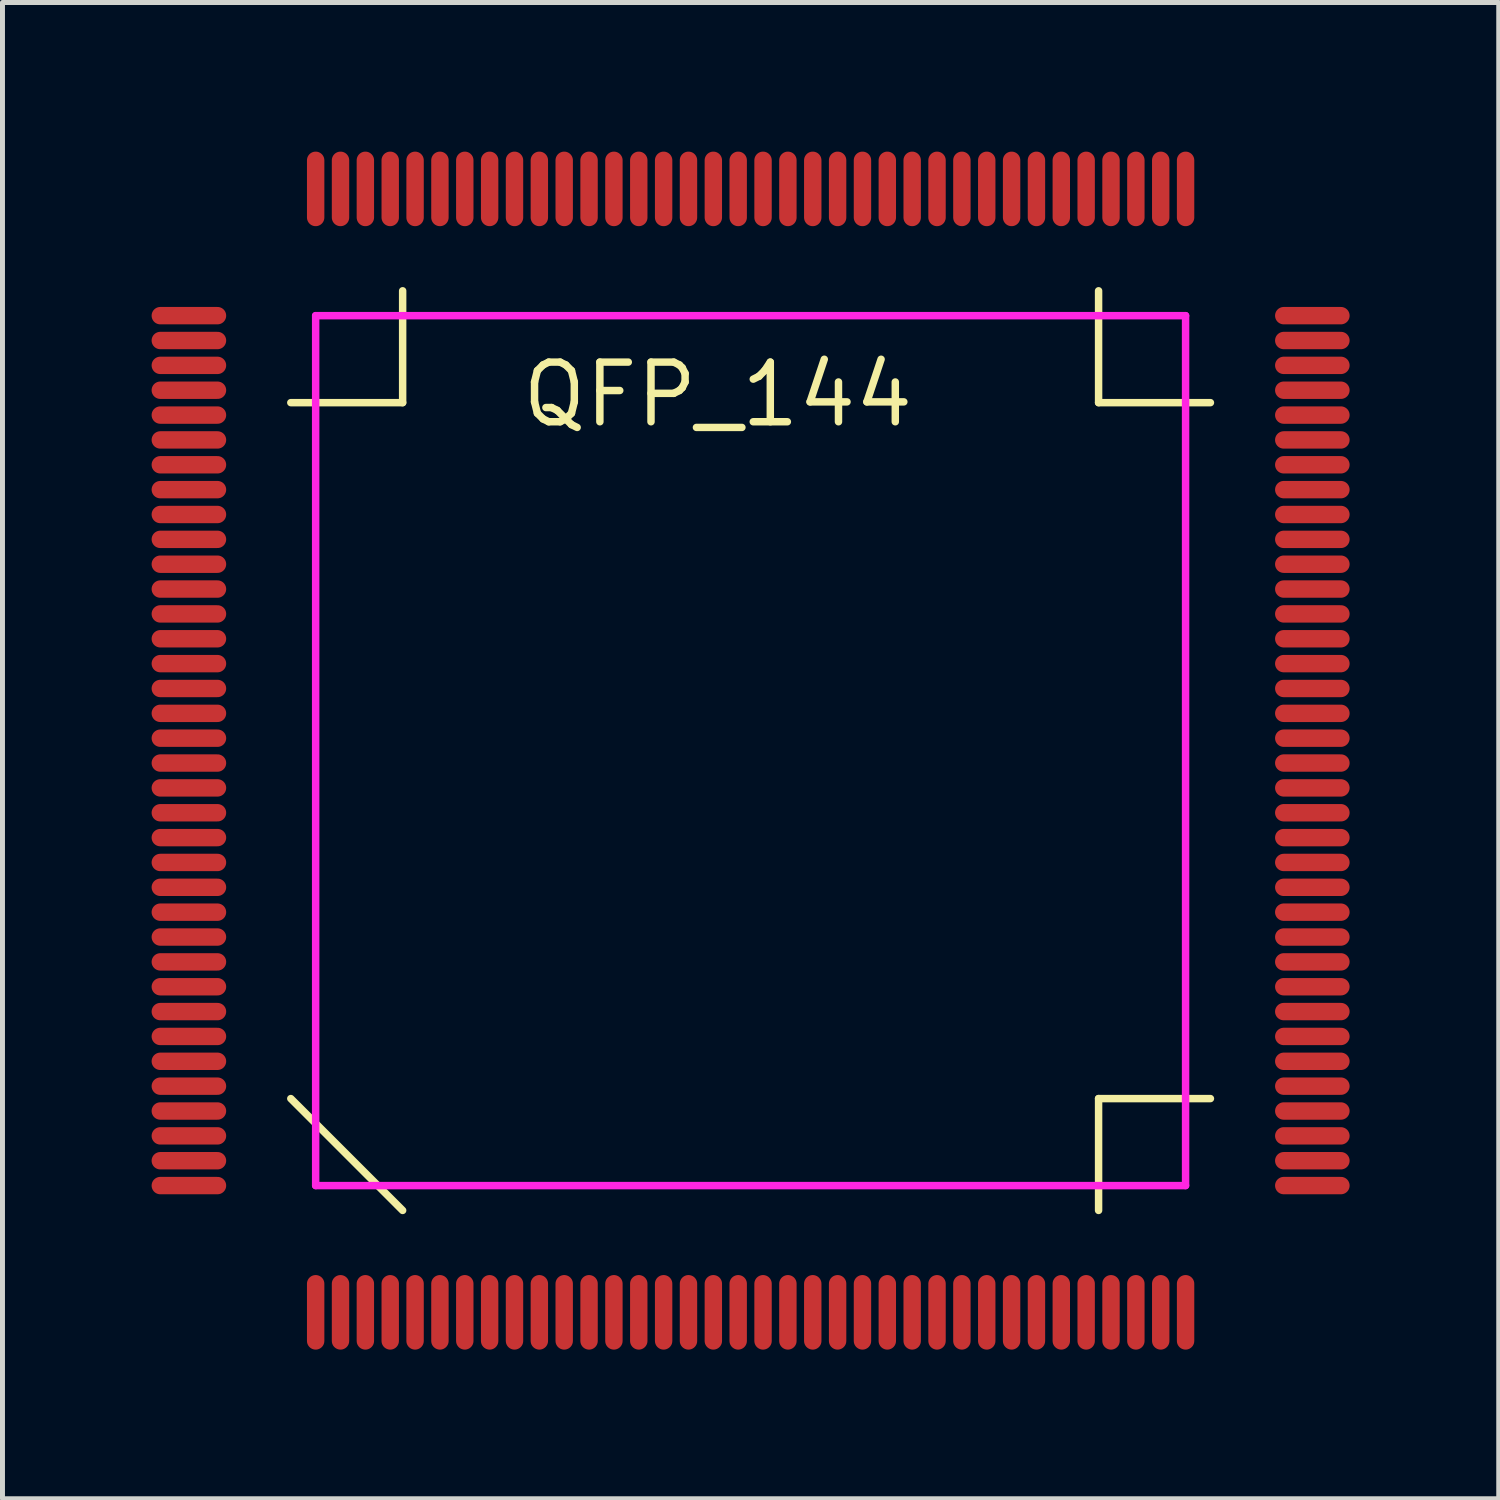
<source format=kicad_pcb>
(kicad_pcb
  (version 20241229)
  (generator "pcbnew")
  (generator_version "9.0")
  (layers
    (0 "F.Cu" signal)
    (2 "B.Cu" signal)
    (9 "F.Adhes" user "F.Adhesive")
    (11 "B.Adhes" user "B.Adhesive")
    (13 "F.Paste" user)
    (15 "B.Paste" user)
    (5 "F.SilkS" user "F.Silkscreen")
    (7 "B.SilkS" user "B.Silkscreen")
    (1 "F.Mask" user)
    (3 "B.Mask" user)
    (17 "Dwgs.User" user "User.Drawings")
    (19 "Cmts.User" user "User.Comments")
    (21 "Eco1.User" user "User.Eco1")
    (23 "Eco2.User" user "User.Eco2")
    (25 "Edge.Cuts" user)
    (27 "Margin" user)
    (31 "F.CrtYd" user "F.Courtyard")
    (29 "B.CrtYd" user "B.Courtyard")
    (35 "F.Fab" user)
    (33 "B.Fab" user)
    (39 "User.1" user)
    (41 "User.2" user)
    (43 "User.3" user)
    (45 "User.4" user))
  (footprint "QFP_144"
    (layer "F.Cu")
    (at 11.44 11.745)
    (property "Reference" "QFP_144" (at -0.051 -6.858 180) (layer "F.SilkS") (effects (font (size 1.2 1.2) (thickness 0.15))))
    (attr through_hole)
    (fp_line (start -8.64 7.305) (end -6.39 9.555) (stroke (width 0.15) (type solid)) (layer "F.SilkS"))
    (fp_line (start -6.39 -8.945) (end -6.39 -6.695) (stroke (width 0.15) (type solid)) (layer "F.SilkS"))
    (fp_line (start -6.39 -6.695) (end -8.64 -6.695) (stroke (width 0.15) (type solid)) (layer "F.SilkS"))
    (fp_line (start 7.61 -8.945) (end 7.61 -6.695) (stroke (width 0.15) (type solid)) (layer "F.SilkS"))
    (fp_line (start 7.61 -6.695) (end 9.86 -6.695) (stroke (width 0.15) (type solid)) (layer "F.SilkS"))
    (fp_line (start 7.61 7.305) (end 9.86 7.305) (stroke (width 0.15) (type solid)) (layer "F.SilkS"))
    (fp_line (start 7.61 9.555) (end 7.61 7.305) (stroke (width 0.15) (type solid)) (layer "F.SilkS"))
    (fp_line (start -8.14 -8.445) (end 9.36 -8.445) (stroke (width 0.15) (type solid)) (layer "F.CrtYd"))
    (fp_line (start -8.14 9.055) (end -8.14 -8.445) (stroke (width 0.15) (type solid)) (layer "F.CrtYd"))
    (fp_line (start 9.36 -8.445) (end 9.36 9.055) (stroke (width 0.15) (type solid)) (layer "F.CrtYd"))
    (fp_line (start 9.36 9.055) (end -8.14 9.055) (stroke (width 0.15) (type solid)) (layer "F.CrtYd"))
    (pad "1" smd oval (at -8.14 11.605 180) (size 0.35 1.5) (layers "F.Cu" "F.Mask" "F.Paste"))
    (pad "2" smd oval (at -7.64 11.605 180) (size 0.35 1.5) (layers "F.Cu" "F.Mask" "F.Paste"))
    (pad "3" smd oval (at -7.14 11.605 180) (size 0.35 1.5) (layers "F.Cu" "F.Mask" "F.Paste"))
    (pad "4" smd oval (at -6.64 11.605 180) (size 0.35 1.5) (layers "F.Cu" "F.Mask" "F.Paste"))
    (pad "5" smd oval (at -6.14 11.605 180) (size 0.35 1.5) (layers "F.Cu" "F.Mask" "F.Paste"))
    (pad "6" smd oval (at -5.64 11.605 180) (size 0.35 1.5) (layers "F.Cu" "F.Mask" "F.Paste"))
    (pad "7" smd oval (at -5.14 11.605 180) (size 0.35 1.5) (layers "F.Cu" "F.Mask" "F.Paste"))
    (pad "8" smd oval (at -4.64 11.605 180) (size 0.35 1.5) (layers "F.Cu" "F.Mask" "F.Paste"))
    (pad "9" smd oval (at -4.14 11.605 180) (size 0.35 1.5) (layers "F.Cu" "F.Mask" "F.Paste"))
    (pad "10" smd oval (at -3.64 11.605 180) (size 0.35 1.5) (layers "F.Cu" "F.Mask" "F.Paste"))
    (pad "11" smd oval (at -3.14 11.605 180) (size 0.35 1.5) (layers "F.Cu" "F.Mask" "F.Paste"))
    (pad "12" smd oval (at -2.64 11.605 180) (size 0.35 1.5) (layers "F.Cu" "F.Mask" "F.Paste"))
    (pad "13" smd oval (at -2.14 11.605 180) (size 0.35 1.5) (layers "F.Cu" "F.Mask" "F.Paste"))
    (pad "14" smd oval (at -1.64 11.605 180) (size 0.35 1.5) (layers "F.Cu" "F.Mask" "F.Paste"))
    (pad "15" smd oval (at -1.14 11.605 180) (size 0.35 1.5) (layers "F.Cu" "F.Mask" "F.Paste"))
    (pad "16" smd oval (at -0.64 11.605 180) (size 0.35 1.5) (layers "F.Cu" "F.Mask" "F.Paste"))
    (pad "17" smd oval (at -0.14 11.605 180) (size 0.35 1.5) (layers "F.Cu" "F.Mask" "F.Paste"))
    (pad "18" smd oval (at 0.36 11.605 180) (size 0.35 1.5) (layers "F.Cu" "F.Mask" "F.Paste"))
    (pad "19" smd oval (at 0.86 11.605 180) (size 0.35 1.5) (layers "F.Cu" "F.Mask" "F.Paste"))
    (pad "20" smd oval (at 1.36 11.605 180) (size 0.35 1.5) (layers "F.Cu" "F.Mask" "F.Paste"))
    (pad "21" smd oval (at 1.86 11.605 180) (size 0.35 1.5) (layers "F.Cu" "F.Mask" "F.Paste"))
    (pad "22" smd oval (at 2.36 11.605 180) (size 0.35 1.5) (layers "F.Cu" "F.Mask" "F.Paste"))
    (pad "23" smd oval (at 2.86 11.605 180) (size 0.35 1.5) (layers "F.Cu" "F.Mask" "F.Paste"))
    (pad "24" smd oval (at 3.36 11.605 180) (size 0.35 1.5) (layers "F.Cu" "F.Mask" "F.Paste"))
    (pad "25" smd oval (at 3.86 11.605 180) (size 0.35 1.5) (layers "F.Cu" "F.Mask" "F.Paste"))
    (pad "26" smd oval (at 4.36 11.605 180) (size 0.35 1.5) (layers "F.Cu" "F.Mask" "F.Paste"))
    (pad "27" smd oval (at 4.86 11.605 180) (size 0.35 1.5) (layers "F.Cu" "F.Mask" "F.Paste"))
    (pad "28" smd oval (at 5.36 11.605 180) (size 0.35 1.5) (layers "F.Cu" "F.Mask" "F.Paste"))
    (pad "29" smd oval (at 5.86 11.605 180) (size 0.35 1.5) (layers "F.Cu" "F.Mask" "F.Paste"))
    (pad "30" smd oval (at 6.36 11.605 180) (size 0.35 1.5) (layers "F.Cu" "F.Mask" "F.Paste"))
    (pad "31" smd oval (at 6.86 11.605 180) (size 0.35 1.5) (layers "F.Cu" "F.Mask" "F.Paste"))
    (pad "32" smd oval (at 7.36 11.605 180) (size 0.35 1.5) (layers "F.Cu" "F.Mask" "F.Paste"))
    (pad "33" smd oval (at 7.86 11.605 180) (size 0.35 1.5) (layers "F.Cu" "F.Mask" "F.Paste"))
    (pad "34" smd oval (at 8.36 11.605 180) (size 0.35 1.5) (layers "F.Cu" "F.Mask" "F.Paste"))
    (pad "35" smd oval (at 8.86 11.605 180) (size 0.35 1.5) (layers "F.Cu" "F.Mask" "F.Paste"))
    (pad "36" smd oval (at 9.36 11.605 180) (size 0.35 1.5) (layers "F.Cu" "F.Mask" "F.Paste"))
    (pad "37" smd oval (at 11.91 9.055 90) (size 0.35 1.5) (layers "F.Cu" "F.Mask" "F.Paste"))
    (pad "38" smd oval (at 11.91 8.555 90) (size 0.35 1.5) (layers "F.Cu" "F.Mask" "F.Paste"))
    (pad "39" smd oval (at 11.91 8.055 90) (size 0.35 1.5) (layers "F.Cu" "F.Mask" "F.Paste"))
    (pad "40" smd oval (at 11.91 7.555 90) (size 0.35 1.5) (layers "F.Cu" "F.Mask" "F.Paste"))
    (pad "41" smd oval (at 11.91 7.055 90) (size 0.35 1.5) (layers "F.Cu" "F.Mask" "F.Paste"))
    (pad "42" smd oval (at 11.91 6.555 90) (size 0.35 1.5) (layers "F.Cu" "F.Mask" "F.Paste"))
    (pad "43" smd oval (at 11.91 6.055 90) (size 0.35 1.5) (layers "F.Cu" "F.Mask" "F.Paste"))
    (pad "44" smd oval (at 11.91 5.555 90) (size 0.35 1.5) (layers "F.Cu" "F.Mask" "F.Paste"))
    (pad "45" smd oval (at 11.91 5.055 90) (size 0.35 1.5) (layers "F.Cu" "F.Mask" "F.Paste"))
    (pad "46" smd oval (at 11.91 4.555 90) (size 0.35 1.5) (layers "F.Cu" "F.Mask" "F.Paste"))
    (pad "47" smd oval (at 11.91 4.055 90) (size 0.35 1.5) (layers "F.Cu" "F.Mask" "F.Paste"))
    (pad "48" smd oval (at 11.91 3.555 90) (size 0.35 1.5) (layers "F.Cu" "F.Mask" "F.Paste"))
    (pad "49" smd oval (at 11.91 3.055 90) (size 0.35 1.5) (layers "F.Cu" "F.Mask" "F.Paste"))
    (pad "50" smd oval (at 11.91 2.555 90) (size 0.35 1.5) (layers "F.Cu" "F.Mask" "F.Paste"))
    (pad "51" smd oval (at 11.91 2.055 90) (size 0.35 1.5) (layers "F.Cu" "F.Mask" "F.Paste"))
    (pad "52" smd oval (at 11.91 1.555 90) (size 0.35 1.5) (layers "F.Cu" "F.Mask" "F.Paste"))
    (pad "53" smd oval (at 11.91 1.055 90) (size 0.35 1.5) (layers "F.Cu" "F.Mask" "F.Paste"))
    (pad "54" smd oval (at 11.91 0.555 90) (size 0.35 1.5) (layers "F.Cu" "F.Mask" "F.Paste"))
    (pad "55" smd oval (at 11.91 0.055 90) (size 0.35 1.5) (layers "F.Cu" "F.Mask" "F.Paste"))
    (pad "56" smd oval (at 11.91 -0.445 90) (size 0.35 1.5) (layers "F.Cu" "F.Mask" "F.Paste"))
    (pad "57" smd oval (at 11.91 -0.945 90) (size 0.35 1.5) (layers "F.Cu" "F.Mask" "F.Paste"))
    (pad "58" smd oval (at 11.91 -1.445 90) (size 0.35 1.5) (layers "F.Cu" "F.Mask" "F.Paste"))
    (pad "59" smd oval (at 11.91 -1.945 90) (size 0.35 1.5) (layers "F.Cu" "F.Mask" "F.Paste"))
    (pad "60" smd oval (at 11.91 -2.445 90) (size 0.35 1.5) (layers "F.Cu" "F.Mask" "F.Paste"))
    (pad "61" smd oval (at 11.91 -2.945 90) (size 0.35 1.5) (layers "F.Cu" "F.Mask" "F.Paste"))
    (pad "62" smd oval (at 11.91 -3.445 90) (size 0.35 1.5) (layers "F.Cu" "F.Mask" "F.Paste"))
    (pad "63" smd oval (at 11.91 -3.945 90) (size 0.35 1.5) (layers "F.Cu" "F.Mask" "F.Paste"))
    (pad "64" smd oval (at 11.91 -4.445 90) (size 0.35 1.5) (layers "F.Cu" "F.Mask" "F.Paste"))
    (pad "65" smd oval (at 11.91 -4.945 90) (size 0.35 1.5) (layers "F.Cu" "F.Mask" "F.Paste"))
    (pad "66" smd oval (at 11.91 -5.445 90) (size 0.35 1.5) (layers "F.Cu" "F.Mask" "F.Paste"))
    (pad "67" smd oval (at 11.91 -5.945 90) (size 0.35 1.5) (layers "F.Cu" "F.Mask" "F.Paste"))
    (pad "68" smd oval (at 11.91 -6.445 90) (size 0.35 1.5) (layers "F.Cu" "F.Mask" "F.Paste"))
    (pad "69" smd oval (at 11.91 -6.945 90) (size 0.35 1.5) (layers "F.Cu" "F.Mask" "F.Paste"))
    (pad "70" smd oval (at 11.91 -7.445 90) (size 0.35 1.5) (layers "F.Cu" "F.Mask" "F.Paste"))
    (pad "71" smd oval (at 11.91 -7.945 90) (size 0.35 1.5) (layers "F.Cu" "F.Mask" "F.Paste"))
    (pad "72" smd oval (at 11.91 -8.445 90) (size 0.35 1.5) (layers "F.Cu" "F.Mask" "F.Paste"))
    (pad "73" smd oval (at 9.36 -10.995 180) (size 0.35 1.5) (layers "F.Cu" "F.Mask" "F.Paste"))
    (pad "74" smd oval (at 8.86 -10.995 180) (size 0.35 1.5) (layers "F.Cu" "F.Mask" "F.Paste"))
    (pad "75" smd oval (at 8.36 -10.995 180) (size 0.35 1.5) (layers "F.Cu" "F.Mask" "F.Paste"))
    (pad "76" smd oval (at 7.86 -10.995 180) (size 0.35 1.5) (layers "F.Cu" "F.Mask" "F.Paste"))
    (pad "77" smd oval (at 7.36 -10.995 180) (size 0.35 1.5) (layers "F.Cu" "F.Mask" "F.Paste"))
    (pad "78" smd oval (at 6.86 -10.995 180) (size 0.35 1.5) (layers "F.Cu" "F.Mask" "F.Paste"))
    (pad "79" smd oval (at 6.36 -10.995 180) (size 0.35 1.5) (layers "F.Cu" "F.Mask" "F.Paste"))
    (pad "80" smd oval (at 5.86 -10.995 180) (size 0.35 1.5) (layers "F.Cu" "F.Mask" "F.Paste"))
    (pad "81" smd oval (at 5.36 -10.995 180) (size 0.35 1.5) (layers "F.Cu" "F.Mask" "F.Paste"))
    (pad "82" smd oval (at 4.86 -10.995 180) (size 0.35 1.5) (layers "F.Cu" "F.Mask" "F.Paste"))
    (pad "83" smd oval (at 4.36 -10.995 180) (size 0.35 1.5) (layers "F.Cu" "F.Mask" "F.Paste"))
    (pad "84" smd oval (at 3.86 -10.995 180) (size 0.35 1.5) (layers "F.Cu" "F.Mask" "F.Paste"))
    (pad "85" smd oval (at 3.36 -10.995 180) (size 0.35 1.5) (layers "F.Cu" "F.Mask" "F.Paste"))
    (pad "86" smd oval (at 2.86 -10.995 180) (size 0.35 1.5) (layers "F.Cu" "F.Mask" "F.Paste"))
    (pad "87" smd oval (at 2.36 -10.995 180) (size 0.35 1.5) (layers "F.Cu" "F.Mask" "F.Paste"))
    (pad "88" smd oval (at 1.86 -10.995 180) (size 0.35 1.5) (layers "F.Cu" "F.Mask" "F.Paste"))
    (pad "89" smd oval (at 1.36 -10.995 180) (size 0.35 1.5) (layers "F.Cu" "F.Mask" "F.Paste"))
    (pad "90" smd oval (at 0.86 -10.995 180) (size 0.35 1.5) (layers "F.Cu" "F.Mask" "F.Paste"))
    (pad "91" smd oval (at 0.36 -10.995 180) (size 0.35 1.5) (layers "F.Cu" "F.Mask" "F.Paste"))
    (pad "92" smd oval (at -0.14 -10.995 180) (size 0.35 1.5) (layers "F.Cu" "F.Mask" "F.Paste"))
    (pad "93" smd oval (at -0.64 -10.995 180) (size 0.35 1.5) (layers "F.Cu" "F.Mask" "F.Paste"))
    (pad "94" smd oval (at -1.14 -10.995 180) (size 0.35 1.5) (layers "F.Cu" "F.Mask" "F.Paste"))
    (pad "95" smd oval (at -1.64 -10.995 180) (size 0.35 1.5) (layers "F.Cu" "F.Mask" "F.Paste"))
    (pad "96" smd oval (at -2.14 -10.995 180) (size 0.35 1.5) (layers "F.Cu" "F.Mask" "F.Paste"))
    (pad "97" smd oval (at -2.64 -10.995 180) (size 0.35 1.5) (layers "F.Cu" "F.Mask" "F.Paste"))
    (pad "98" smd oval (at -3.14 -10.995 180) (size 0.35 1.5) (layers "F.Cu" "F.Mask" "F.Paste"))
    (pad "99" smd oval (at -3.64 -10.995 180) (size 0.35 1.5) (layers "F.Cu" "F.Mask" "F.Paste"))
    (pad "100" smd oval (at -4.14 -10.995 180) (size 0.35 1.5) (layers "F.Cu" "F.Mask" "F.Paste"))
    (pad "101" smd oval (at -4.64 -10.995 180) (size 0.35 1.5) (layers "F.Cu" "F.Mask" "F.Paste"))
    (pad "102" smd oval (at -5.14 -10.995 180) (size 0.35 1.5) (layers "F.Cu" "F.Mask" "F.Paste"))
    (pad "103" smd oval (at -5.64 -10.995 180) (size 0.35 1.5) (layers "F.Cu" "F.Mask" "F.Paste"))
    (pad "104" smd oval (at -6.14 -10.995 180) (size 0.35 1.5) (layers "F.Cu" "F.Mask" "F.Paste"))
    (pad "105" smd oval (at -6.64 -10.995 180) (size 0.35 1.5) (layers "F.Cu" "F.Mask" "F.Paste"))
    (pad "106" smd oval (at -7.14 -10.995 180) (size 0.35 1.5) (layers "F.Cu" "F.Mask" "F.Paste"))
    (pad "107" smd oval (at -7.64 -10.995 180) (size 0.35 1.5) (layers "F.Cu" "F.Mask" "F.Paste"))
    (pad "108" smd oval (at -8.14 -10.995 180) (size 0.35 1.5) (layers "F.Cu" "F.Mask" "F.Paste"))
    (pad "109" smd oval (at -10.69 -8.445 90) (size 0.35 1.5) (layers "F.Cu" "F.Mask" "F.Paste"))
    (pad "110" smd oval (at -10.69 -7.945 90) (size 0.35 1.5) (layers "F.Cu" "F.Mask" "F.Paste"))
    (pad "111" smd oval (at -10.69 -7.445 90) (size 0.35 1.5) (layers "F.Cu" "F.Mask" "F.Paste"))
    (pad "112" smd oval (at -10.69 -6.945 90) (size 0.35 1.5) (layers "F.Cu" "F.Mask" "F.Paste"))
    (pad "113" smd oval (at -10.69 -6.445 90) (size 0.35 1.5) (layers "F.Cu" "F.Mask" "F.Paste"))
    (pad "114" smd oval (at -10.69 -5.945 90) (size 0.35 1.5) (layers "F.Cu" "F.Mask" "F.Paste"))
    (pad "115" smd oval (at -10.69 -5.445 90) (size 0.35 1.5) (layers "F.Cu" "F.Mask" "F.Paste"))
    (pad "116" smd oval (at -10.69 -4.945 90) (size 0.35 1.5) (layers "F.Cu" "F.Mask" "F.Paste"))
    (pad "117" smd oval (at -10.69 -4.445 90) (size 0.35 1.5) (layers "F.Cu" "F.Mask" "F.Paste"))
    (pad "118" smd oval (at -10.69 -3.945 90) (size 0.35 1.5) (layers "F.Cu" "F.Mask" "F.Paste"))
    (pad "119" smd oval (at -10.69 -3.445 90) (size 0.35 1.5) (layers "F.Cu" "F.Mask" "F.Paste"))
    (pad "120" smd oval (at -10.69 -2.945 90) (size 0.35 1.5) (layers "F.Cu" "F.Mask" "F.Paste"))
    (pad "121" smd oval (at -10.69 -2.445 90) (size 0.35 1.5) (layers "F.Cu" "F.Mask" "F.Paste"))
    (pad "122" smd oval (at -10.69 -1.945 90) (size 0.35 1.5) (layers "F.Cu" "F.Mask" "F.Paste"))
    (pad "123" smd oval (at -10.69 -1.445 90) (size 0.35 1.5) (layers "F.Cu" "F.Mask" "F.Paste"))
    (pad "124" smd oval (at -10.69 -0.945 90) (size 0.35 1.5) (layers "F.Cu" "F.Mask" "F.Paste"))
    (pad "125" smd oval (at -10.69 -0.445 90) (size 0.35 1.5) (layers "F.Cu" "F.Mask" "F.Paste"))
    (pad "126" smd oval (at -10.69 0.055 90) (size 0.35 1.5) (layers "F.Cu" "F.Mask" "F.Paste"))
    (pad "127" smd oval (at -10.69 0.555 90) (size 0.35 1.5) (layers "F.Cu" "F.Mask" "F.Paste"))
    (pad "128" smd oval (at -10.69 1.055 90) (size 0.35 1.5) (layers "F.Cu" "F.Mask" "F.Paste"))
    (pad "129" smd oval (at -10.69 1.555 90) (size 0.35 1.5) (layers "F.Cu" "F.Mask" "F.Paste"))
    (pad "130" smd oval (at -10.69 2.055 90) (size 0.35 1.5) (layers "F.Cu" "F.Mask" "F.Paste"))
    (pad "131" smd oval (at -10.69 2.555 90) (size 0.35 1.5) (layers "F.Cu" "F.Mask" "F.Paste"))
    (pad "132" smd oval (at -10.69 3.055 90) (size 0.35 1.5) (layers "F.Cu" "F.Mask" "F.Paste"))
    (pad "133" smd oval (at -10.69 3.555 90) (size 0.35 1.5) (layers "F.Cu" "F.Mask" "F.Paste"))
    (pad "134" smd oval (at -10.69 4.055 90) (size 0.35 1.5) (layers "F.Cu" "F.Mask" "F.Paste"))
    (pad "135" smd oval (at -10.69 4.555 90) (size 0.35 1.5) (layers "F.Cu" "F.Mask" "F.Paste"))
    (pad "136" smd oval (at -10.69 5.055 90) (size 0.35 1.5) (layers "F.Cu" "F.Mask" "F.Paste"))
    (pad "137" smd oval (at -10.69 5.555 90) (size 0.35 1.5) (layers "F.Cu" "F.Mask" "F.Paste"))
    (pad "138" smd oval (at -10.69 6.055 90) (size 0.35 1.5) (layers "F.Cu" "F.Mask" "F.Paste"))
    (pad "139" smd oval (at -10.69 6.555 90) (size 0.35 1.5) (layers "F.Cu" "F.Mask" "F.Paste"))
    (pad "140" smd oval (at -10.69 7.055 90) (size 0.35 1.5) (layers "F.Cu" "F.Mask" "F.Paste"))
    (pad "141" smd oval (at -10.69 7.555 90) (size 0.35 1.5) (layers "F.Cu" "F.Mask" "F.Paste"))
    (pad "142" smd oval (at -10.69 8.055 90) (size 0.35 1.5) (layers "F.Cu" "F.Mask" "F.Paste"))
    (pad "143" smd oval (at -10.69 8.555 90) (size 0.35 1.5) (layers "F.Cu" "F.Mask" "F.Paste"))
    (pad "144" smd oval (at -10.69 9.055 90) (size 0.35 1.5) (layers "F.Cu" "F.Mask" "F.Paste")))
  (gr_rect
    (start -3 -3)
    (end 27.1 27.1)
    (stroke (width 0.1) (type default))
    (fill no)
    (layer "Edge.Cuts")))
</source>
